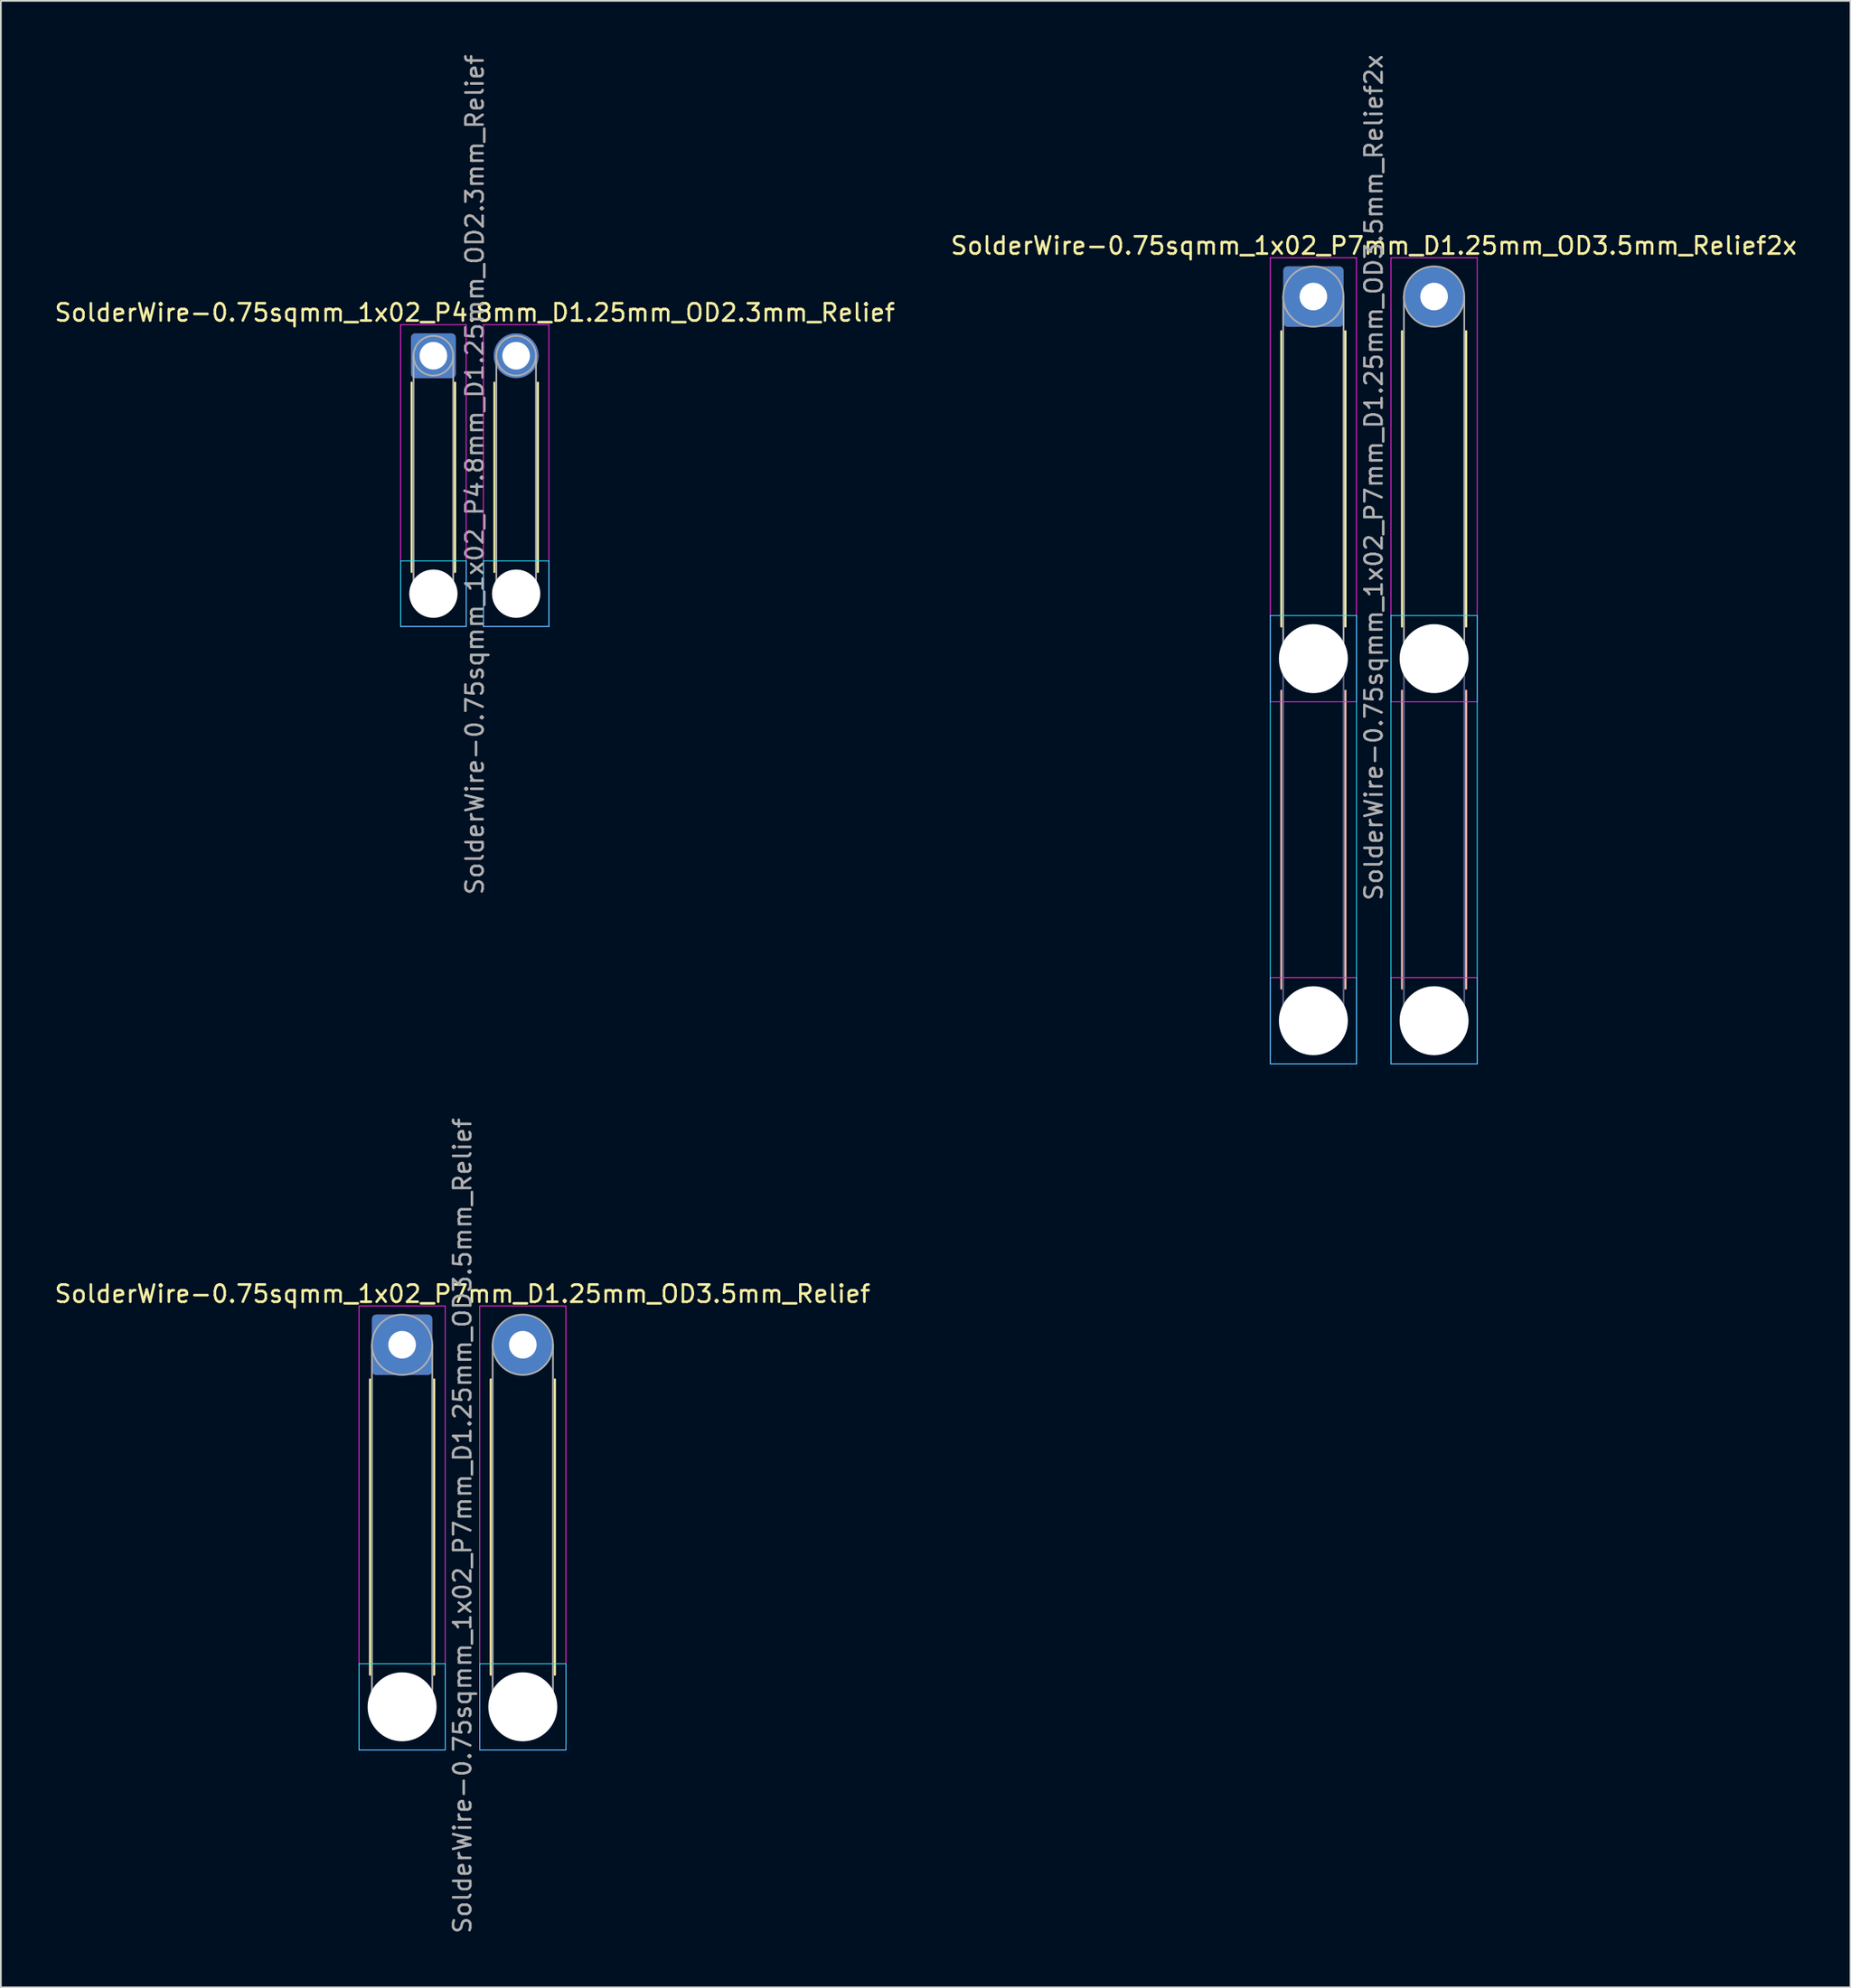
<source format=kicad_pcb>
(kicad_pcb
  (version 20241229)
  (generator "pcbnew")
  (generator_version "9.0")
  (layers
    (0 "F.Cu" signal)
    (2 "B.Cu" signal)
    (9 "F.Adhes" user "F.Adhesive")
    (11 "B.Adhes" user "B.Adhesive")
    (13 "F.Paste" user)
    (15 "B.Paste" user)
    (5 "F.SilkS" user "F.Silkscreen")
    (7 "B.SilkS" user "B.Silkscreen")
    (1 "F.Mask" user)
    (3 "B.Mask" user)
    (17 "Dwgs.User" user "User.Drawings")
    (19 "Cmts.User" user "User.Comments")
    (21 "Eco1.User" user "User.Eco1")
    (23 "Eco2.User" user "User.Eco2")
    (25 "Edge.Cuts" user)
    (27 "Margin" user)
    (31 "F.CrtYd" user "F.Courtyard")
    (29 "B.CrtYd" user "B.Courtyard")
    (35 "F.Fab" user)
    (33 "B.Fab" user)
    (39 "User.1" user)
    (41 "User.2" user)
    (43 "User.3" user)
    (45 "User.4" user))
  (footprint "SolderWire-0.75sqmm_1x02_P7mm_D1.25mm_OD3.5mm_Relief"
    (layer "F.Cu")
    (at 20.268 74.942)
    (property "Reference" "SolderWire-0.75sqmm_1x02_P7mm_D1.25mm_OD3.5mm_Relief" (at 3.5 -2.95 0) (layer "F.SilkS") (effects (font (size 1 1) (thickness 0.15))))
    (attr exclude_from_pos_files exclude_from_bom)
    (fp_line (start -1.86 2.01) (end -1.86 19.14) (stroke (width 0.12) (type solid)) (layer "F.SilkS"))
    (fp_line (start 1.86 2.01) (end 1.86 19.14) (stroke (width 0.12) (type solid)) (layer "F.SilkS"))
    (fp_line (start 5.14 2.01) (end 5.14 19.14) (stroke (width 0.12) (type solid)) (layer "F.SilkS"))
    (fp_line (start 8.86 2.01) (end 8.86 19.14) (stroke (width 0.12) (type solid)) (layer "F.SilkS"))
    (fp_line (start -2.5 18.5) (end -2.5 23.5) (stroke (width 0.05) (type solid)) (layer "B.CrtYd"))
    (fp_line (start -2.5 23.5) (end 2.5 23.5) (stroke (width 0.05) (type solid)) (layer "B.CrtYd"))
    (fp_line (start 2.5 18.5) (end -2.5 18.5) (stroke (width 0.05) (type solid)) (layer "B.CrtYd"))
    (fp_line (start 2.5 23.5) (end 2.5 18.5) (stroke (width 0.05) (type solid)) (layer "B.CrtYd"))
    (fp_line (start 4.5 18.5) (end 4.5 23.5) (stroke (width 0.05) (type solid)) (layer "B.CrtYd"))
    (fp_line (start 4.5 23.5) (end 9.5 23.5) (stroke (width 0.05) (type solid)) (layer "B.CrtYd"))
    (fp_line (start 9.5 18.5) (end 4.5 18.5) (stroke (width 0.05) (type solid)) (layer "B.CrtYd"))
    (fp_line (start 9.5 23.5) (end 9.5 18.5) (stroke (width 0.05) (type solid)) (layer "B.CrtYd"))
    (fp_line (start -2.5 -2.25) (end -2.5 23.5) (stroke (width 0.05) (type solid)) (layer "F.CrtYd"))
    (fp_line (start -2.5 23.5) (end 2.5 23.5) (stroke (width 0.05) (type solid)) (layer "F.CrtYd"))
    (fp_line (start 2.5 -2.25) (end -2.5 -2.25) (stroke (width 0.05) (type solid)) (layer "F.CrtYd"))
    (fp_line (start 2.5 23.5) (end 2.5 -2.25) (stroke (width 0.05) (type solid)) (layer "F.CrtYd"))
    (fp_line (start 4.5 -2.25) (end 4.5 23.5) (stroke (width 0.05) (type solid)) (layer "F.CrtYd"))
    (fp_line (start 4.5 23.5) (end 9.5 23.5) (stroke (width 0.05) (type solid)) (layer "F.CrtYd"))
    (fp_line (start 9.5 -2.25) (end 4.5 -2.25) (stroke (width 0.05) (type solid)) (layer "F.CrtYd"))
    (fp_line (start 9.5 23.5) (end 9.5 -2.25) (stroke (width 0.05) (type solid)) (layer "F.CrtYd"))
    (fp_line (start -1.75 0) (end -1.75 21) (stroke (width 0.1) (type solid)) (layer "F.Fab"))
    (fp_line (start 1.75 0) (end 1.75 21) (stroke (width 0.1) (type solid)) (layer "F.Fab"))
    (fp_line (start 5.25 0) (end 5.25 21) (stroke (width 0.1) (type solid)) (layer "F.Fab"))
    (fp_line (start 8.75 0) (end 8.75 21) (stroke (width 0.1) (type solid)) (layer "F.Fab"))
    (fp_circle (center 0 0) (end 1.75 0) (stroke (width 0.1) (type solid)) (fill no) (layer "F.Fab"))
    (fp_circle (center 0 21) (end 1.75 21) (stroke (width 0.1) (type solid)) (fill no) (layer "F.Fab"))
    (fp_circle (center 7 0) (end 8.75 0) (stroke (width 0.1) (type solid)) (fill no) (layer "F.Fab"))
    (fp_circle (center 7 21) (end 8.75 21) (stroke (width 0.1) (type solid)) (fill no) (layer "F.Fab"))
    (fp_text user "${REFERENCE}" (at 3.5 10.5 90) (layer "F.Fab") (effects (font (size 1 1) (thickness 0.15))))
    (pad "" np_thru_hole circle (at 0 21) (size 4 4) (drill 4) (layers "*.Cu" "*.Mask"))
    (pad "" np_thru_hole circle (at 7 21) (size 4 4) (drill 4) (layers "*.Cu" "*.Mask"))
    (pad "1" thru_hole roundrect (at 0 0) (size 3.5 3.5) (drill 1.6) (layers "*.Cu" "*.Mask") (roundrect_rratio 0.071))
    (pad "2" thru_hole circle (at 7 0) (size 3.5 3.5) (drill 1.6) (layers "*.Cu" "*.Mask")))
  (footprint "SolderWire-0.75sqmm_1x02_P7mm_D1.25mm_OD3.5mm_Relief2x"
    (layer "F.Cu")
    (at 73.113 14.149)
    (property "Reference" "SolderWire-0.75sqmm_1x02_P7mm_D1.25mm_OD3.5mm_Relief2x" (at 3.5 -2.95 0) (layer "F.SilkS") (effects (font (size 1 1) (thickness 0.15))))
    (attr exclude_from_pos_files exclude_from_bom)
    (fp_line (start -1.86 2.01) (end -1.86 19.14) (stroke (width 0.12) (type solid)) (layer "F.SilkS"))
    (fp_line (start 1.86 2.01) (end 1.86 19.14) (stroke (width 0.12) (type solid)) (layer "F.SilkS"))
    (fp_line (start 5.14 2.01) (end 5.14 19.14) (stroke (width 0.12) (type solid)) (layer "F.SilkS"))
    (fp_line (start 8.86 2.01) (end 8.86 19.14) (stroke (width 0.12) (type solid)) (layer "F.SilkS"))
    (fp_line (start -1.86 22.86) (end -1.86 40.14) (stroke (width 0.12) (type solid)) (layer "B.SilkS"))
    (fp_line (start 1.86 22.86) (end 1.86 40.14) (stroke (width 0.12) (type solid)) (layer "B.SilkS"))
    (fp_line (start 5.14 22.86) (end 5.14 40.14) (stroke (width 0.12) (type solid)) (layer "B.SilkS"))
    (fp_line (start 8.86 22.86) (end 8.86 40.14) (stroke (width 0.12) (type solid)) (layer "B.SilkS"))
    (fp_line (start -2.5 18.5) (end -2.5 44.5) (stroke (width 0.05) (type solid)) (layer "B.CrtYd"))
    (fp_line (start -2.5 44.5) (end 2.5 44.5) (stroke (width 0.05) (type solid)) (layer "B.CrtYd"))
    (fp_line (start 2.5 18.5) (end -2.5 18.5) (stroke (width 0.05) (type solid)) (layer "B.CrtYd"))
    (fp_line (start 2.5 44.5) (end 2.5 18.5) (stroke (width 0.05) (type solid)) (layer "B.CrtYd"))
    (fp_line (start 4.5 18.5) (end 4.5 44.5) (stroke (width 0.05) (type solid)) (layer "B.CrtYd"))
    (fp_line (start 4.5 44.5) (end 9.5 44.5) (stroke (width 0.05) (type solid)) (layer "B.CrtYd"))
    (fp_line (start 9.5 18.5) (end 4.5 18.5) (stroke (width 0.05) (type solid)) (layer "B.CrtYd"))
    (fp_line (start 9.5 44.5) (end 9.5 18.5) (stroke (width 0.05) (type solid)) (layer "B.CrtYd"))
    (fp_line (start -2.5 -2.25) (end -2.5 23.5) (stroke (width 0.05) (type solid)) (layer "F.CrtYd"))
    (fp_line (start -2.5 23.5) (end 2.5 23.5) (stroke (width 0.05) (type solid)) (layer "F.CrtYd"))
    (fp_line (start -2.5 39.5) (end -2.5 44.5) (stroke (width 0.05) (type solid)) (layer "F.CrtYd"))
    (fp_line (start -2.5 44.5) (end 2.5 44.5) (stroke (width 0.05) (type solid)) (layer "F.CrtYd"))
    (fp_line (start 2.5 -2.25) (end -2.5 -2.25) (stroke (width 0.05) (type solid)) (layer "F.CrtYd"))
    (fp_line (start 2.5 23.5) (end 2.5 -2.25) (stroke (width 0.05) (type solid)) (layer "F.CrtYd"))
    (fp_line (start 2.5 39.5) (end -2.5 39.5) (stroke (width 0.05) (type solid)) (layer "F.CrtYd"))
    (fp_line (start 2.5 44.5) (end 2.5 39.5) (stroke (width 0.05) (type solid)) (layer "F.CrtYd"))
    (fp_line (start 4.5 -2.25) (end 4.5 23.5) (stroke (width 0.05) (type solid)) (layer "F.CrtYd"))
    (fp_line (start 4.5 23.5) (end 9.5 23.5) (stroke (width 0.05) (type solid)) (layer "F.CrtYd"))
    (fp_line (start 4.5 39.5) (end 4.5 44.5) (stroke (width 0.05) (type solid)) (layer "F.CrtYd"))
    (fp_line (start 4.5 44.5) (end 9.5 44.5) (stroke (width 0.05) (type solid)) (layer "F.CrtYd"))
    (fp_line (start 9.5 -2.25) (end 4.5 -2.25) (stroke (width 0.05) (type solid)) (layer "F.CrtYd"))
    (fp_line (start 9.5 23.5) (end 9.5 -2.25) (stroke (width 0.05) (type solid)) (layer "F.CrtYd"))
    (fp_line (start 9.5 39.5) (end 4.5 39.5) (stroke (width 0.05) (type solid)) (layer "F.CrtYd"))
    (fp_line (start 9.5 44.5) (end 9.5 39.5) (stroke (width 0.05) (type solid)) (layer "F.CrtYd"))
    (fp_line (start -1.75 21) (end -1.75 42) (stroke (width 0.1) (type solid)) (layer "B.Fab"))
    (fp_line (start 1.75 21) (end 1.75 42) (stroke (width 0.1) (type solid)) (layer "B.Fab"))
    (fp_line (start 5.25 21) (end 5.25 42) (stroke (width 0.1) (type solid)) (layer "B.Fab"))
    (fp_line (start 8.75 21) (end 8.75 42) (stroke (width 0.1) (type solid)) (layer "B.Fab"))
    (fp_circle (center 0 21) (end 1.75 21) (stroke (width 0.1) (type solid)) (fill no) (layer "B.Fab"))
    (fp_circle (center 0 42) (end 1.75 42) (stroke (width 0.1) (type solid)) (fill no) (layer "B.Fab"))
    (fp_circle (center 7 21) (end 8.75 21) (stroke (width 0.1) (type solid)) (fill no) (layer "B.Fab"))
    (fp_circle (center 7 42) (end 8.75 42) (stroke (width 0.1) (type solid)) (fill no) (layer "B.Fab"))
    (fp_line (start -1.75 0) (end -1.75 21) (stroke (width 0.1) (type solid)) (layer "F.Fab"))
    (fp_line (start 1.75 0) (end 1.75 21) (stroke (width 0.1) (type solid)) (layer "F.Fab"))
    (fp_line (start 5.25 0) (end 5.25 21) (stroke (width 0.1) (type solid)) (layer "F.Fab"))
    (fp_line (start 8.75 0) (end 8.75 21) (stroke (width 0.1) (type solid)) (layer "F.Fab"))
    (fp_circle (center 0 0) (end 1.75 0) (stroke (width 0.1) (type solid)) (fill no) (layer "F.Fab"))
    (fp_circle (center 0 21) (end 1.75 21) (stroke (width 0.1) (type solid)) (fill no) (layer "F.Fab"))
    (fp_circle (center 0 42) (end 1.75 42) (stroke (width 0.1) (type solid)) (fill no) (layer "F.Fab"))
    (fp_circle (center 7 0) (end 8.75 0) (stroke (width 0.1) (type solid)) (fill no) (layer "F.Fab"))
    (fp_circle (center 7 21) (end 8.75 21) (stroke (width 0.1) (type solid)) (fill no) (layer "F.Fab"))
    (fp_circle (center 7 42) (end 8.75 42) (stroke (width 0.1) (type solid)) (fill no) (layer "F.Fab"))
    (fp_text user "${REFERENCE}" (at 3.5 10.5 90) (layer "F.Fab") (effects (font (size 1 1) (thickness 0.15))))
    (pad "" np_thru_hole circle (at 0 21) (size 4 4) (drill 4) (layers "*.Cu" "*.Mask"))
    (pad "" np_thru_hole circle (at 0 42) (size 4 4) (drill 4) (layers "*.Cu" "*.Mask"))
    (pad "" np_thru_hole circle (at 7 21) (size 4 4) (drill 4) (layers "*.Cu" "*.Mask"))
    (pad "" np_thru_hole circle (at 7 42) (size 4 4) (drill 4) (layers "*.Cu" "*.Mask"))
    (pad "1" thru_hole roundrect (at 0 0) (size 3.5 3.5) (drill 1.6) (layers "*.Cu" "*.Mask") (roundrect_rratio 0.071))
    (pad "2" thru_hole circle (at 7 0) (size 3.5 3.5) (drill 1.6) (layers "*.Cu" "*.Mask")))
  (footprint "SolderWire-0.75sqmm_1x02_P4.8mm_D1.25mm_OD2.3mm_Relief"
    (layer "F.Cu")
    (at 22.082 17.582)
    (property "Reference" "SolderWire-0.75sqmm_1x02_P4.8mm_D1.25mm_OD2.3mm_Relief" (at 2.4 -2.5 0) (layer "F.SilkS") (effects (font (size 1 1) (thickness 0.15))))
    (attr exclude_from_pos_files exclude_from_bom)
    (fp_line (start -1.26 1.56) (end -1.26 12.54) (stroke (width 0.12) (type solid)) (layer "F.SilkS"))
    (fp_line (start 1.26 1.56) (end 1.26 12.54) (stroke (width 0.12) (type solid)) (layer "F.SilkS"))
    (fp_line (start 3.54 1.56) (end 3.54 12.54) (stroke (width 0.12) (type solid)) (layer "F.SilkS"))
    (fp_line (start 6.06 1.56) (end 6.06 12.54) (stroke (width 0.12) (type solid)) (layer "F.SilkS"))
    (fp_line (start -1.9 11.9) (end -1.9 15.7) (stroke (width 0.05) (type solid)) (layer "B.CrtYd"))
    (fp_line (start -1.9 15.7) (end 1.9 15.7) (stroke (width 0.05) (type solid)) (layer "B.CrtYd"))
    (fp_line (start 1.9 11.9) (end -1.9 11.9) (stroke (width 0.05) (type solid)) (layer "B.CrtYd"))
    (fp_line (start 1.9 15.7) (end 1.9 11.9) (stroke (width 0.05) (type solid)) (layer "B.CrtYd"))
    (fp_line (start 2.9 11.9) (end 2.9 15.7) (stroke (width 0.05) (type solid)) (layer "B.CrtYd"))
    (fp_line (start 2.9 15.7) (end 6.7 15.7) (stroke (width 0.05) (type solid)) (layer "B.CrtYd"))
    (fp_line (start 6.7 11.9) (end 2.9 11.9) (stroke (width 0.05) (type solid)) (layer "B.CrtYd"))
    (fp_line (start 6.7 15.7) (end 6.7 11.9) (stroke (width 0.05) (type solid)) (layer "B.CrtYd"))
    (fp_line (start -1.9 -1.8) (end -1.9 15.7) (stroke (width 0.05) (type solid)) (layer "F.CrtYd"))
    (fp_line (start -1.9 15.7) (end 1.9 15.7) (stroke (width 0.05) (type solid)) (layer "F.CrtYd"))
    (fp_line (start 1.9 -1.8) (end -1.9 -1.8) (stroke (width 0.05) (type solid)) (layer "F.CrtYd"))
    (fp_line (start 1.9 15.7) (end 1.9 -1.8) (stroke (width 0.05) (type solid)) (layer "F.CrtYd"))
    (fp_line (start 2.9 -1.8) (end 2.9 15.7) (stroke (width 0.05) (type solid)) (layer "F.CrtYd"))
    (fp_line (start 2.9 15.7) (end 6.7 15.7) (stroke (width 0.05) (type solid)) (layer "F.CrtYd"))
    (fp_line (start 6.7 -1.8) (end 2.9 -1.8) (stroke (width 0.05) (type solid)) (layer "F.CrtYd"))
    (fp_line (start 6.7 15.7) (end 6.7 -1.8) (stroke (width 0.05) (type solid)) (layer "F.CrtYd"))
    (fp_line (start -1.15 0) (end -1.15 13.8) (stroke (width 0.1) (type solid)) (layer "F.Fab"))
    (fp_line (start 1.15 0) (end 1.15 13.8) (stroke (width 0.1) (type solid)) (layer "F.Fab"))
    (fp_line (start 3.65 0) (end 3.65 13.8) (stroke (width 0.1) (type solid)) (layer "F.Fab"))
    (fp_line (start 5.95 0) (end 5.95 13.8) (stroke (width 0.1) (type solid)) (layer "F.Fab"))
    (fp_circle (center 0 0) (end 1.15 0) (stroke (width 0.1) (type solid)) (fill no) (layer "F.Fab"))
    (fp_circle (center 0 13.8) (end 1.15 13.8) (stroke (width 0.1) (type solid)) (fill no) (layer "F.Fab"))
    (fp_circle (center 4.8 0) (end 5.95 0) (stroke (width 0.1) (type solid)) (fill no) (layer "F.Fab"))
    (fp_circle (center 4.8 13.8) (end 5.95 13.8) (stroke (width 0.1) (type solid)) (fill no) (layer "F.Fab"))
    (fp_text user "${REFERENCE}" (at 2.4 6.9 90) (layer "F.Fab") (effects (font (size 1 1) (thickness 0.15))))
    (pad "" np_thru_hole circle (at 0 13.8) (size 2.8 2.8) (drill 2.8) (layers "*.Cu" "*.Mask"))
    (pad "" np_thru_hole circle (at 4.8 13.8) (size 2.8 2.8) (drill 2.8) (layers "*.Cu" "*.Mask"))
    (pad "1" thru_hole roundrect (at 0 0) (size 2.6 2.6) (drill 1.6) (layers "*.Cu" "*.Mask") (roundrect_rratio 0.096))
    (pad "2" thru_hole circle (at 4.8 0) (size 2.6 2.6) (drill 1.6) (layers "*.Cu" "*.Mask")))
  (gr_rect
    (start -3 -3)
    (end 104.262 112.21)
    (stroke (width 0.1) (type default))
    (fill no)
    (layer "Edge.Cuts")))
</source>
